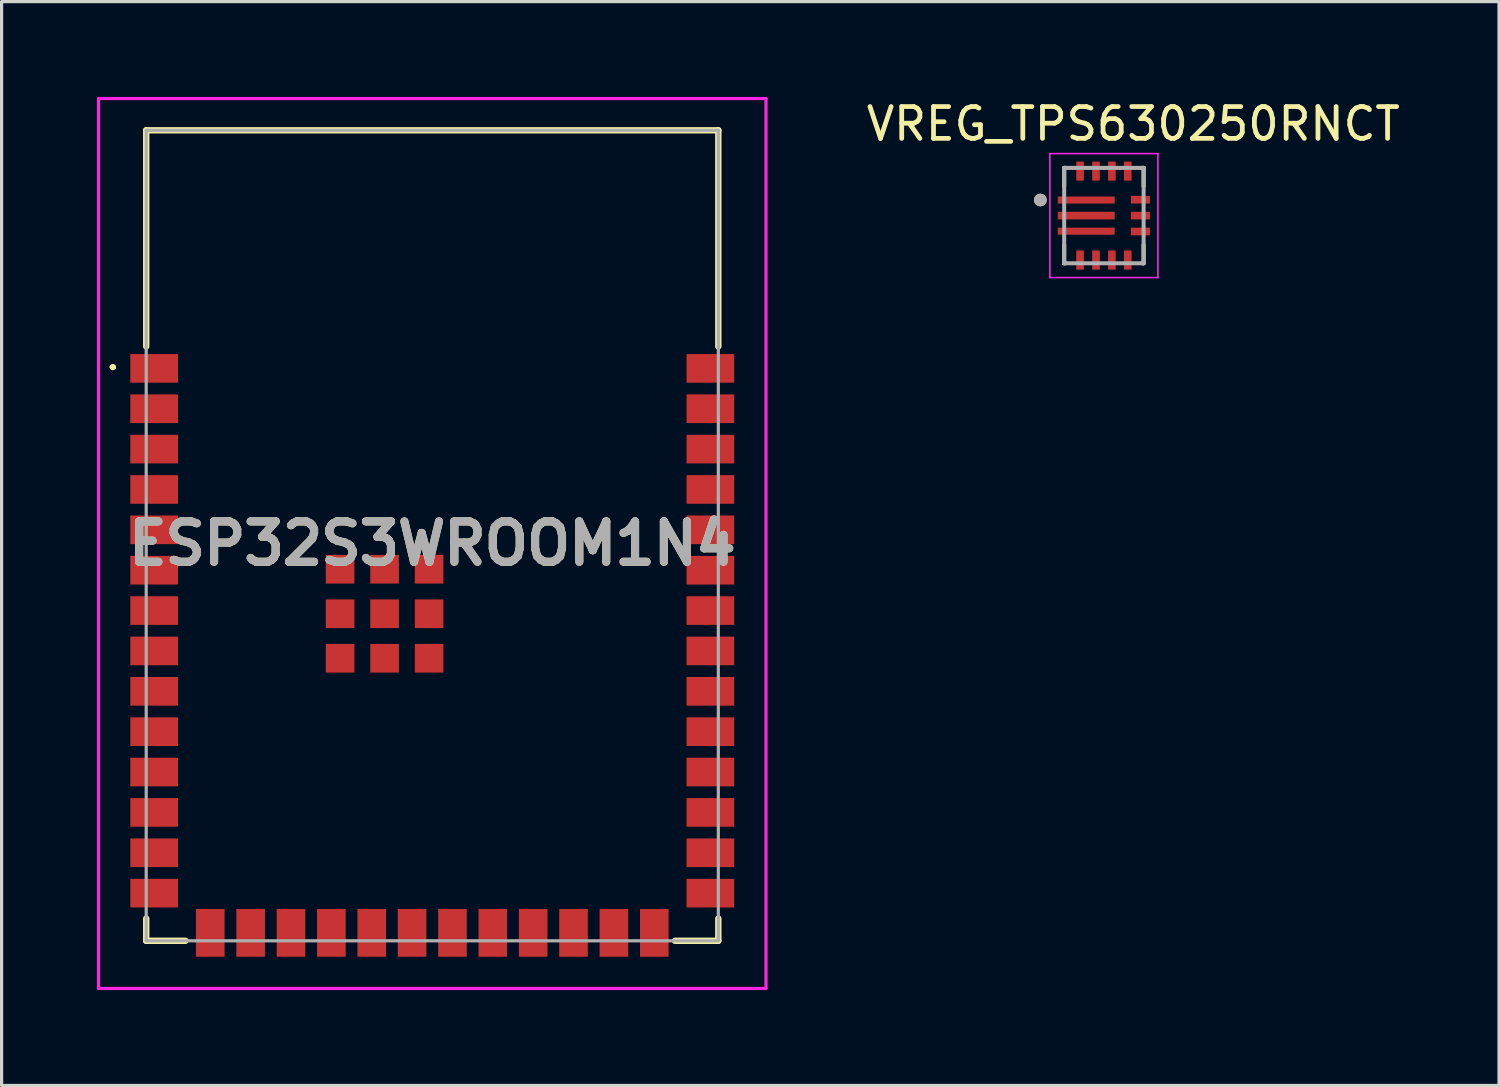
<source format=kicad_pcb>
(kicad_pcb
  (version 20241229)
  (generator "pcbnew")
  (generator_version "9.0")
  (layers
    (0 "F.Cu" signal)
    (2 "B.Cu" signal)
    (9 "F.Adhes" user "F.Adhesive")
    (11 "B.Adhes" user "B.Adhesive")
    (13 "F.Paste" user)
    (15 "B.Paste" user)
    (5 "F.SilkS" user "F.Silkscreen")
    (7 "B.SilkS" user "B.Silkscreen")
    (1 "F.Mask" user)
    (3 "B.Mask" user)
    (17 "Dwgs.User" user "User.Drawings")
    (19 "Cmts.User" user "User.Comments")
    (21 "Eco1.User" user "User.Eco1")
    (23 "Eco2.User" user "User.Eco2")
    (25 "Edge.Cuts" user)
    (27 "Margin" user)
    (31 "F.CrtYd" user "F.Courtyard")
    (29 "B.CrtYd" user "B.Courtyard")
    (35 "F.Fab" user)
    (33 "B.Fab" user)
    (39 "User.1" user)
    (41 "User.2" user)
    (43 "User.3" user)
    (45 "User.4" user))
  (footprint "ESP32S3WROOM1N4"
    (layer "F.Cu")
    (at 10.55 13.8)
    (property "Reference" "ESP32S3WROOM1N4" (at 0 0.25 0) (layer "F.SilkS") (effects (font (size 1.27 1.27) (thickness 0.254))))
    (attr smd)
    (fp_line (start -10.1 -5.3) (end -10.1 -5.3) (stroke (width 0.1) (type solid)) (layer "F.SilkS"))
    (fp_line (start -10 -5.3) (end -10 -5.3) (stroke (width 0.1) (type solid)) (layer "F.SilkS"))
    (fp_line (start -9 -12.75) (end 9 -12.75) (stroke (width 0.2) (type solid)) (layer "F.SilkS"))
    (fp_line (start -9 -5.95) (end -9 -12.75) (stroke (width 0.2) (type solid)) (layer "F.SilkS"))
    (fp_line (start -9 12.05) (end -9 12.75) (stroke (width 0.2) (type solid)) (layer "F.SilkS"))
    (fp_line (start -9 12.75) (end -7.765 12.75) (stroke (width 0.2) (type solid)) (layer "F.SilkS"))
    (fp_line (start 7.635 12.75) (end 9 12.75) (stroke (width 0.2) (type solid)) (layer "F.SilkS"))
    (fp_line (start 9 -12.75) (end 9 -5.95) (stroke (width 0.2) (type solid)) (layer "F.SilkS"))
    (fp_line (start 9 12.75) (end 9 12.05) (stroke (width 0.2) (type solid)) (layer "F.SilkS"))
    (fp_arc (start -10.1 -5.3) (mid -10.05 -5.35) (end -10 -5.3) (stroke (width 0.1) (type solid)) (layer "F.SilkS"))
    (fp_arc (start -10 -5.3) (mid -10.05 -5.25) (end -10.1 -5.3) (stroke (width 0.1) (type solid)) (layer "F.SilkS"))
    (fp_line (start -10.5 -13.75) (end 10.5 -13.75) (stroke (width 0.1) (type solid)) (layer "F.CrtYd"))
    (fp_line (start -10.5 14.25) (end -10.5 -13.75) (stroke (width 0.1) (type solid)) (layer "F.CrtYd"))
    (fp_line (start 10.5 -13.75) (end 10.5 14.25) (stroke (width 0.1) (type solid)) (layer "F.CrtYd"))
    (fp_line (start 10.5 14.25) (end -10.5 14.25) (stroke (width 0.1) (type solid)) (layer "F.CrtYd"))
    (fp_line (start -9 -12.75) (end 9 -12.75) (stroke (width 0.1) (type solid)) (layer "F.Fab"))
    (fp_line (start -9 12.75) (end -9 -12.75) (stroke (width 0.1) (type solid)) (layer "F.Fab"))
    (fp_line (start 9 -12.75) (end 9 12.75) (stroke (width 0.1) (type solid)) (layer "F.Fab"))
    (fp_line (start 9 12.75) (end -9 12.75) (stroke (width 0.1) (type solid)) (layer "F.Fab"))
    (fp_text user "${REFERENCE}" (at 0 0.25 0) (layer "F.Fab") (effects (font (size 1.27 1.27) (thickness 0.254))))
    (pad "1" smd rect (at -8.75 -5.26 90) (size 0.9 1.5) (layers "F.Cu" "F.Mask" "F.Paste"))
    (pad "2" smd rect (at -8.75 -3.99 90) (size 0.9 1.5) (layers "F.Cu" "F.Mask" "F.Paste"))
    (pad "3" smd rect (at -8.75 -2.72 90) (size 0.9 1.5) (layers "F.Cu" "F.Mask" "F.Paste"))
    (pad "4" smd rect (at -8.75 -1.45 90) (size 0.9 1.5) (layers "F.Cu" "F.Mask" "F.Paste"))
    (pad "5" smd rect (at -8.75 -0.18 90) (size 0.9 1.5) (layers "F.Cu" "F.Mask" "F.Paste"))
    (pad "6" smd rect (at -8.75 1.09 90) (size 0.9 1.5) (layers "F.Cu" "F.Mask" "F.Paste"))
    (pad "7" smd rect (at -8.75 2.36 90) (size 0.9 1.5) (layers "F.Cu" "F.Mask" "F.Paste"))
    (pad "8" smd rect (at -8.75 3.63 90) (size 0.9 1.5) (layers "F.Cu" "F.Mask" "F.Paste"))
    (pad "9" smd rect (at -8.75 4.9 90) (size 0.9 1.5) (layers "F.Cu" "F.Mask" "F.Paste"))
    (pad "10" smd rect (at -8.75 6.17 90) (size 0.9 1.5) (layers "F.Cu" "F.Mask" "F.Paste"))
    (pad "11" smd rect (at -8.75 7.44 90) (size 0.9 1.5) (layers "F.Cu" "F.Mask" "F.Paste"))
    (pad "12" smd rect (at -8.75 8.71 90) (size 0.9 1.5) (layers "F.Cu" "F.Mask" "F.Paste"))
    (pad "13" smd rect (at -8.75 9.98 90) (size 0.9 1.5) (layers "F.Cu" "F.Mask" "F.Paste"))
    (pad "14" smd rect (at -8.75 11.25 90) (size 0.9 1.5) (layers "F.Cu" "F.Mask" "F.Paste"))
    (pad "15" smd rect (at -6.985 12.5) (size 0.9 1.5) (layers "F.Cu" "F.Mask" "F.Paste"))
    (pad "16" smd rect (at -5.715 12.5) (size 0.9 1.5) (layers "F.Cu" "F.Mask" "F.Paste"))
    (pad "17" smd rect (at -4.445 12.5) (size 0.9 1.5) (layers "F.Cu" "F.Mask" "F.Paste"))
    (pad "18" smd rect (at -3.175 12.5) (size 0.9 1.5) (layers "F.Cu" "F.Mask" "F.Paste"))
    (pad "19" smd rect (at -1.905 12.5) (size 0.9 1.5) (layers "F.Cu" "F.Mask" "F.Paste"))
    (pad "20" smd rect (at -0.635 12.5) (size 0.9 1.5) (layers "F.Cu" "F.Mask" "F.Paste"))
    (pad "21" smd rect (at 0.635 12.5) (size 0.9 1.5) (layers "F.Cu" "F.Mask" "F.Paste"))
    (pad "22" smd rect (at 1.905 12.5) (size 0.9 1.5) (layers "F.Cu" "F.Mask" "F.Paste"))
    (pad "23" smd rect (at 3.175 12.5) (size 0.9 1.5) (layers "F.Cu" "F.Mask" "F.Paste"))
    (pad "24" smd rect (at 4.445 12.5) (size 0.9 1.5) (layers "F.Cu" "F.Mask" "F.Paste"))
    (pad "25" smd rect (at 5.715 12.5) (size 0.9 1.5) (layers "F.Cu" "F.Mask" "F.Paste"))
    (pad "26" smd rect (at 6.985 12.5) (size 0.9 1.5) (layers "F.Cu" "F.Mask" "F.Paste"))
    (pad "27" smd rect (at 8.75 11.25 90) (size 0.9 1.5) (layers "F.Cu" "F.Mask" "F.Paste"))
    (pad "28" smd rect (at 8.75 9.98 90) (size 0.9 1.5) (layers "F.Cu" "F.Mask" "F.Paste"))
    (pad "29" smd rect (at 8.75 8.71 90) (size 0.9 1.5) (layers "F.Cu" "F.Mask" "F.Paste"))
    (pad "30" smd rect (at 8.75 7.44 90) (size 0.9 1.5) (layers "F.Cu" "F.Mask" "F.Paste"))
    (pad "31" smd rect (at 8.75 6.17 90) (size 0.9 1.5) (layers "F.Cu" "F.Mask" "F.Paste"))
    (pad "32" smd rect (at 8.75 4.9 90) (size 0.9 1.5) (layers "F.Cu" "F.Mask" "F.Paste"))
    (pad "33" smd rect (at 8.75 3.63 90) (size 0.9 1.5) (layers "F.Cu" "F.Mask" "F.Paste"))
    (pad "34" smd rect (at 8.75 2.36 90) (size 0.9 1.5) (layers "F.Cu" "F.Mask" "F.Paste"))
    (pad "35" smd rect (at 8.75 1.09 90) (size 0.9 1.5) (layers "F.Cu" "F.Mask" "F.Paste"))
    (pad "36" smd rect (at 8.75 -0.18 90) (size 0.9 1.5) (layers "F.Cu" "F.Mask" "F.Paste"))
    (pad "37" smd rect (at 8.75 -1.45 90) (size 0.9 1.5) (layers "F.Cu" "F.Mask" "F.Paste"))
    (pad "38" smd rect (at 8.75 -2.72 90) (size 0.9 1.5) (layers "F.Cu" "F.Mask" "F.Paste"))
    (pad "39" smd rect (at 8.75 -3.99 90) (size 0.9 1.5) (layers "F.Cu" "F.Mask" "F.Paste"))
    (pad "40" smd rect (at 8.75 -5.26 90) (size 0.9 1.5) (layers "F.Cu" "F.Mask" "F.Paste"))
    (pad "41" smd rect (at -1.5 2.46) (size 0.9 0.9) (layers "F.Cu" "F.Mask" "F.Paste"))
    (pad "42" smd rect (at -2.9 1.06) (size 0.9 0.9) (layers "F.Cu" "F.Mask" "F.Paste"))
    (pad "43" smd rect (at -2.9 2.46) (size 0.9 0.9) (layers "F.Cu" "F.Mask" "F.Paste"))
    (pad "44" smd rect (at -2.9 3.86) (size 0.9 0.9) (layers "F.Cu" "F.Mask" "F.Paste"))
    (pad "45" smd rect (at -1.5 3.86) (size 0.9 0.9) (layers "F.Cu" "F.Mask" "F.Paste"))
    (pad "46" smd rect (at -0.1 3.86) (size 0.9 0.9) (layers "F.Cu" "F.Mask" "F.Paste"))
    (pad "47" smd rect (at -0.1 2.46) (size 0.9 0.9) (layers "F.Cu" "F.Mask" "F.Paste"))
    (pad "48" smd rect (at -0.1 1.06) (size 0.9 0.9) (layers "F.Cu" "F.Mask" "F.Paste"))
    (pad "49" smd rect (at -1.5 1.06) (size 0.9 0.9) (layers "F.Cu" "F.Mask" "F.Paste")))
  (footprint "VREG_TPS630250RNCT"
    (layer "F.Cu")
    (at 31.681 3.733)
    (property "Reference" "VREG_TPS630250RNCT" (at 0.925 -2.885 0) (layer "F.SilkS") (effects (font (size 1 1) (thickness 0.15))))
    (attr smd)
    (fp_poly (pts (xy -1.5 -0.65) (xy 0.39 -0.65) (xy 0.39 -0.33) (xy -1.5 -0.33)) (stroke (width 0.01) (type solid)) (fill yes) (layer "F.Mask"))
    (fp_poly (pts (xy -1.5 -0.17) (xy 0.39 -0.17) (xy 0.39 0.17) (xy -1.5 0.17)) (stroke (width 0.01) (type solid)) (fill yes) (layer "F.Mask"))
    (fp_poly (pts (xy -1.5 0.33) (xy 0.39 0.33) (xy 0.39 0.65) (xy -1.5 0.65)) (stroke (width 0.01) (type solid)) (fill yes) (layer "F.Mask"))
    (fp_poly (pts (xy -1.1 -1.57) (xy -0.4 -1.57) (xy -0.4 -1.23) (xy -1.1 -1.23)) (stroke (width 0.01) (type solid)) (fill yes) (layer "F.Mask"))
    (fp_poly (pts (xy -1.1 1.23) (xy -0.4 1.23) (xy -0.4 1.57) (xy -1.1 1.57)) (stroke (width 0.01) (type solid)) (fill yes) (layer "F.Mask"))
    (fp_poly (pts (xy -0.6 -1.57) (xy 0.1 -1.57) (xy 0.1 -1.23) (xy -0.6 -1.23)) (stroke (width 0.01) (type solid)) (fill yes) (layer "F.Mask"))
    (fp_poly (pts (xy -0.6 1.23) (xy 0.1 1.23) (xy 0.1 1.57) (xy -0.6 1.57)) (stroke (width 0.01) (type solid)) (fill yes) (layer "F.Mask"))
    (fp_poly (pts (xy -0.1 -1.57) (xy 0.6 -1.57) (xy 0.6 -1.23) (xy -0.1 -1.23)) (stroke (width 0.01) (type solid)) (fill yes) (layer "F.Mask"))
    (fp_poly (pts (xy -0.1 1.23) (xy 0.6 1.23) (xy 0.6 1.57) (xy -0.1 1.57)) (stroke (width 0.01) (type solid)) (fill yes) (layer "F.Mask"))
    (fp_poly (pts (xy 0.4 -1.57) (xy 1.1 -1.57) (xy 1.1 -1.23) (xy 0.4 -1.23)) (stroke (width 0.01) (type solid)) (fill yes) (layer "F.Mask"))
    (fp_poly (pts (xy 0.4 1.23) (xy 1.1 1.23) (xy 1.1 1.57) (xy 0.4 1.57)) (stroke (width 0.01) (type solid)) (fill yes) (layer "F.Mask"))
    (fp_poly (pts (xy 0.8 -0.67) (xy 1.5 -0.67) (xy 1.5 -0.33) (xy 0.8 -0.33)) (stroke (width 0.01) (type solid)) (fill yes) (layer "F.Mask"))
    (fp_poly (pts (xy 0.8 -0.17) (xy 1.5 -0.17) (xy 1.5 0.17) (xy 0.8 0.17)) (stroke (width 0.01) (type solid)) (fill yes) (layer "F.Mask"))
    (fp_poly (pts (xy 0.8 0.33) (xy 1.5 0.33) (xy 1.5 0.67) (xy 0.8 0.67)) (stroke (width 0.01) (type solid)) (fill yes) (layer "F.Mask"))
    (fp_line (start -1.25 -1.5) (end -1.25 -0.92) (stroke (width 0.127) (type solid)) (layer "F.SilkS"))
    (fp_line (start -1.25 -1.5) (end -1.19 -1.5) (stroke (width 0.127) (type solid)) (layer "F.SilkS"))
    (fp_line (start -1.25 1.5) (end -1.25 0.92) (stroke (width 0.127) (type solid)) (layer "F.SilkS"))
    (fp_line (start -1.19 1.5) (end -1.25 1.5) (stroke (width 0.127) (type solid)) (layer "F.SilkS"))
    (fp_line (start 1.19 -1.5) (end 1.25 -1.5) (stroke (width 0.127) (type solid)) (layer "F.SilkS"))
    (fp_line (start 1.25 -1.5) (end 1.25 -0.92) (stroke (width 0.127) (type solid)) (layer "F.SilkS"))
    (fp_line (start 1.25 1.5) (end 1.19 1.5) (stroke (width 0.127) (type solid)) (layer "F.SilkS"))
    (fp_line (start 1.25 1.5) (end 1.25 0.92) (stroke (width 0.127) (type solid)) (layer "F.SilkS"))
    (fp_circle (center -2 -0.49) (end -1.9 -0.49) (stroke (width 0.2) (type solid)) (fill no) (layer "F.SilkS"))
    (fp_poly (pts (xy -1.448 -0.6) (xy -0.652 -0.6) (xy -0.652 -0.38) (xy -1.448 -0.38)) (stroke (width 0.01) (type solid)) (fill yes) (layer "F.Paste"))
    (fp_poly (pts (xy -1.448 -0.12) (xy -0.652 -0.12) (xy -0.652 0.12) (xy -1.448 0.12)) (stroke (width 0.01) (type solid)) (fill yes) (layer "F.Paste"))
    (fp_poly (pts (xy -1.448 0.38) (xy -0.652 0.38) (xy -0.652 0.6) (xy -1.448 0.6)) (stroke (width 0.01) (type solid)) (fill yes) (layer "F.Paste"))
    (fp_poly (pts (xy -0.458 -0.6) (xy 0.338 -0.6) (xy 0.338 -0.38) (xy -0.458 -0.38)) (stroke (width 0.01) (type solid)) (fill yes) (layer "F.Paste"))
    (fp_poly (pts (xy -0.458 -0.12) (xy 0.338 -0.12) (xy 0.338 0.12) (xy -0.458 0.12)) (stroke (width 0.01) (type solid)) (fill yes) (layer "F.Paste"))
    (fp_poly (pts (xy -0.458 0.38) (xy 0.338 0.38) (xy 0.338 0.6) (xy -0.458 0.6)) (stroke (width 0.01) (type solid)) (fill yes) (layer "F.Paste"))
    (fp_line (start -1.7 -1.95) (end -1.7 1.95) (stroke (width 0.05) (type solid)) (layer "F.CrtYd"))
    (fp_line (start -1.7 1.95) (end 1.7 1.95) (stroke (width 0.05) (type solid)) (layer "F.CrtYd"))
    (fp_line (start 1.7 -1.95) (end -1.7 -1.95) (stroke (width 0.05) (type solid)) (layer "F.CrtYd"))
    (fp_line (start 1.7 1.95) (end 1.7 -1.95) (stroke (width 0.05) (type solid)) (layer "F.CrtYd"))
    (fp_line (start -1.25 -1.5) (end -1.25 1.5) (stroke (width 0.127) (type solid)) (layer "F.Fab"))
    (fp_line (start -1.25 -1.5) (end 1.25 -1.5) (stroke (width 0.127) (type solid)) (layer "F.Fab"))
    (fp_line (start 1.25 1.5) (end -1.25 1.5) (stroke (width 0.127) (type solid)) (layer "F.Fab"))
    (fp_line (start 1.25 1.5) (end 1.25 -1.5) (stroke (width 0.127) (type solid)) (layer "F.Fab"))
    (fp_circle (center -2 -0.49) (end -1.9 -0.49) (stroke (width 0.2) (type solid)) (fill no) (layer "F.Fab"))
    (pad "1" smd rect (at -0.555 -0.49) (size 1.79 0.22) (layers "F.Cu"))
    (pad "2" smd rect (at -0.555 0) (size 1.79 0.24) (layers "F.Cu"))
    (pad "3" smd rect (at -0.555 0.49) (size 1.79 0.22) (layers "F.Cu"))
    (pad "4" smd rect (at -0.75 1.4) (size 0.24 0.6) (layers "F.Cu" "F.Paste"))
    (pad "5" smd rect (at -0.25 1.4) (size 0.24 0.6) (layers "F.Cu" "F.Paste"))
    (pad "6" smd rect (at 0.25 1.4) (size 0.24 0.6) (layers "F.Cu" "F.Paste"))
    (pad "7" smd rect (at 0.75 1.4) (size 0.24 0.6) (layers "F.Cu" "F.Paste"))
    (pad "8" smd rect (at 1.15 0.5 90) (size 0.24 0.6) (layers "F.Cu" "F.Paste"))
    (pad "9" smd rect (at 1.15 0 90) (size 0.24 0.6) (layers "F.Cu" "F.Paste"))
    (pad "10" smd rect (at 1.15 -0.5 90) (size 0.24 0.6) (layers "F.Cu" "F.Paste"))
    (pad "11" smd rect (at 0.75 -1.4 180) (size 0.24 0.6) (layers "F.Cu" "F.Paste"))
    (pad "12" smd rect (at 0.25 -1.4 180) (size 0.24 0.6) (layers "F.Cu" "F.Paste"))
    (pad "13" smd rect (at -0.25 -1.4 180) (size 0.24 0.6) (layers "F.Cu" "F.Paste"))
    (pad "14" smd rect (at -0.75 -1.4 180) (size 0.24 0.6) (layers "F.Cu" "F.Paste")))
  (gr_rect
    (start -3 -3)
    (end 44.112 31.1)
    (stroke (width 0.1) (type default))
    (fill no)
    (layer "Edge.Cuts")))
</source>
